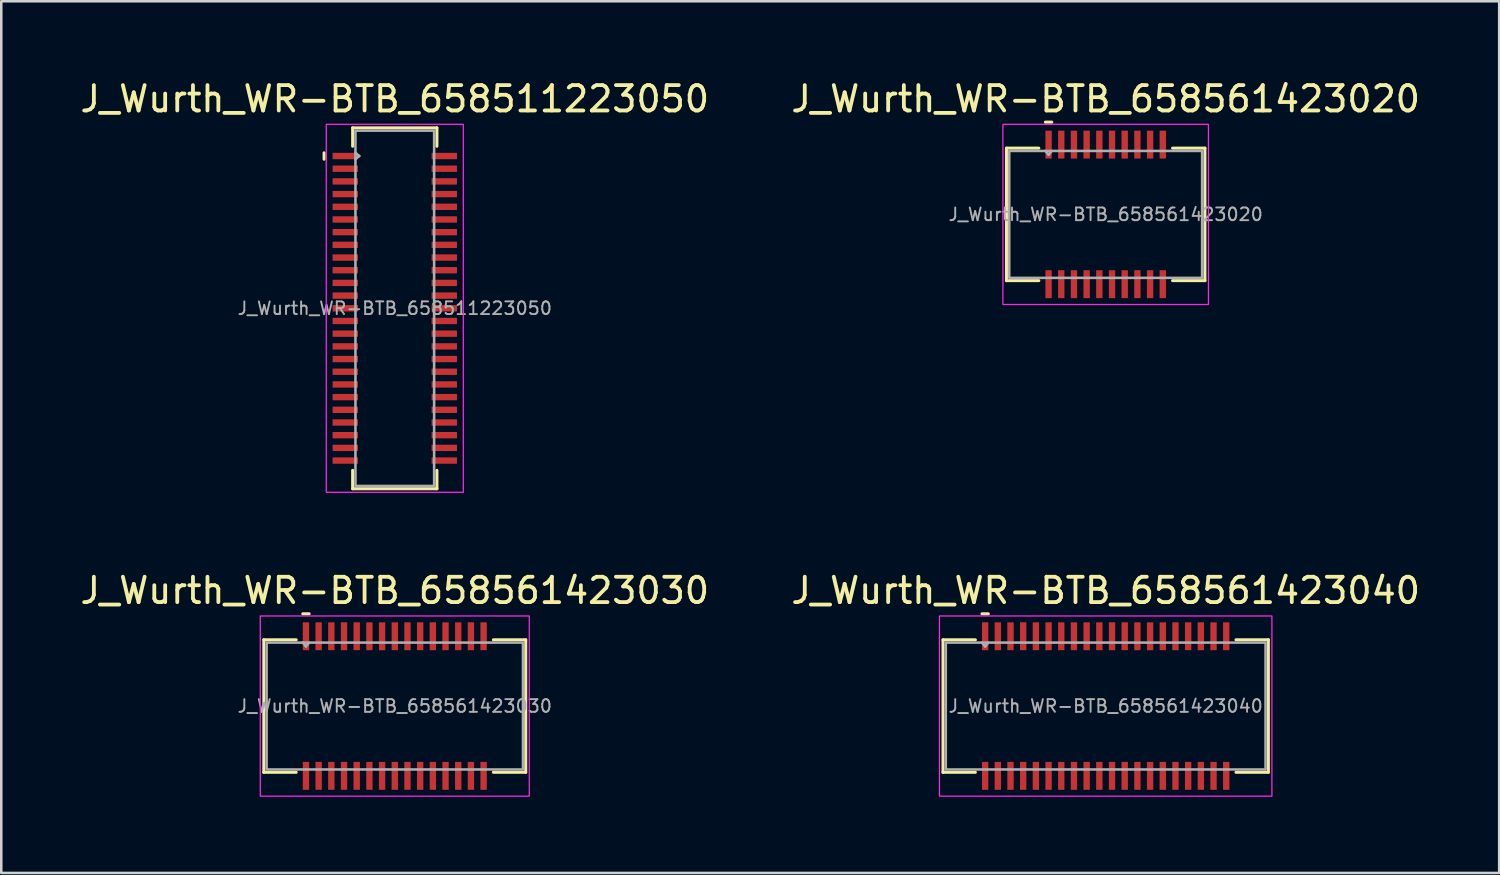
<source format=kicad_pcb>
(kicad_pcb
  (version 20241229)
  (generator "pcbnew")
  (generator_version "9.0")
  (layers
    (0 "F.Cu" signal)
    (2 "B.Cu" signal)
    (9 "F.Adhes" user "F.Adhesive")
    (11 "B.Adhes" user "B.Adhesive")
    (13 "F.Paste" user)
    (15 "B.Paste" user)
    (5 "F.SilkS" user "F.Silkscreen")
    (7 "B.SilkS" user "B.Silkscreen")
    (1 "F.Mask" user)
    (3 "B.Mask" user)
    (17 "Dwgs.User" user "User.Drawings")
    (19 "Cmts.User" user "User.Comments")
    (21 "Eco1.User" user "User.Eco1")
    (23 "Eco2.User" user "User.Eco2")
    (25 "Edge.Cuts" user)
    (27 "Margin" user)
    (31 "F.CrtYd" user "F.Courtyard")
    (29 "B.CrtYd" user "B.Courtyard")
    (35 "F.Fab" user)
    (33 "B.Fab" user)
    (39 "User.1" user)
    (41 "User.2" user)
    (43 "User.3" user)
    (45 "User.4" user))
  (footprint "J_Wurth_WR-BTB_658511223050"
    (layer "F.Cu")
    (at 12.506 9.098)
    (property "Reference" "J_Wurth_WR-BTB_658511223050" (at 0 -8.25 0) (unlocked yes) (layer "F.SilkS") (effects (font (size 1 1) (thickness 0.15))))
    (attr smd)
    (fp_line (start -2.785 -6.125) (end -2.785 -5.875) (stroke (width 0.12) (type solid)) (layer "F.SilkS"))
    (fp_line (start -1.66 -7.11) (end 1.66 -7.11) (stroke (width 0.12) (type default)) (layer "F.SilkS"))
    (fp_line (start -1.66 -6.385) (end -1.66 -7.11) (stroke (width 0.12) (type default)) (layer "F.SilkS"))
    (fp_line (start -1.66 7.11) (end -1.66 6.385) (stroke (width 0.12) (type default)) (layer "F.SilkS"))
    (fp_line (start 1.66 -7.11) (end 1.66 -6.385) (stroke (width 0.12) (type default)) (layer "F.SilkS"))
    (fp_line (start 1.66 7.11) (end -1.66 7.11) (stroke (width 0.12) (type default)) (layer "F.SilkS"))
    (fp_line (start 1.66 7.11) (end 1.66 6.385) (stroke (width 0.12) (type default)) (layer "F.SilkS"))
    (fp_rect (start -2.7 -7.25) (end 2.7 7.25) (stroke (width 0.05) (type solid)) (fill no) (layer "F.CrtYd"))
    (fp_line (start -1.55 -6.125) (end -1.4 -6) (stroke (width 0.1) (type solid)) (layer "F.Fab"))
    (fp_line (start -1.55 -5.875) (end -1.4 -6) (stroke (width 0.1) (type solid)) (layer "F.Fab"))
    (fp_rect (start -1.55 -7) (end 1.55 7) (stroke (width 0.1) (type solid)) (fill no) (layer "F.Fab"))
    (fp_text user "${REFERENCE}" (at 0 0 0) (unlocked yes) (layer "F.Fab") (effects (font (size 0.5 0.5) (thickness 0.075))))
    (pad "1" smd rect (at -1.95 -6) (size 1 0.25) (layers "F.Cu" "F.Mask" "F.Paste"))
    (pad "2" smd rect (at -1.95 -5.5) (size 1 0.25) (layers "F.Cu" "F.Mask" "F.Paste"))
    (pad "3" smd rect (at -1.95 -5) (size 1 0.25) (layers "F.Cu" "F.Mask" "F.Paste"))
    (pad "4" smd rect (at -1.95 -4.5) (size 1 0.25) (layers "F.Cu" "F.Mask" "F.Paste"))
    (pad "5" smd rect (at -1.95 -4) (size 1 0.25) (layers "F.Cu" "F.Mask" "F.Paste"))
    (pad "6" smd rect (at -1.95 -3.5) (size 1 0.25) (layers "F.Cu" "F.Mask" "F.Paste"))
    (pad "7" smd rect (at -1.95 -3) (size 1 0.25) (layers "F.Cu" "F.Mask" "F.Paste"))
    (pad "8" smd rect (at -1.95 -2.5) (size 1 0.25) (layers "F.Cu" "F.Mask" "F.Paste"))
    (pad "9" smd rect (at -1.95 -2) (size 1 0.25) (layers "F.Cu" "F.Mask" "F.Paste"))
    (pad "10" smd rect (at -1.95 -1.5) (size 1 0.25) (layers "F.Cu" "F.Mask" "F.Paste"))
    (pad "11" smd rect (at -1.95 -1) (size 1 0.25) (layers "F.Cu" "F.Mask" "F.Paste"))
    (pad "12" smd rect (at -1.95 -0.5) (size 1 0.25) (layers "F.Cu" "F.Mask" "F.Paste"))
    (pad "13" smd rect (at -1.95 0) (size 1 0.25) (layers "F.Cu" "F.Mask" "F.Paste"))
    (pad "14" smd rect (at -1.95 0.5) (size 1 0.25) (layers "F.Cu" "F.Mask" "F.Paste"))
    (pad "15" smd rect (at -1.95 1) (size 1 0.25) (layers "F.Cu" "F.Mask" "F.Paste"))
    (pad "16" smd rect (at -1.95 1.5) (size 1 0.25) (layers "F.Cu" "F.Mask" "F.Paste"))
    (pad "17" smd rect (at -1.95 2) (size 1 0.25) (layers "F.Cu" "F.Mask" "F.Paste"))
    (pad "18" smd rect (at -1.95 2.5) (size 1 0.25) (layers "F.Cu" "F.Mask" "F.Paste"))
    (pad "19" smd rect (at -1.95 3) (size 1 0.25) (layers "F.Cu" "F.Mask" "F.Paste"))
    (pad "20" smd rect (at -1.95 3.5) (size 1 0.25) (layers "F.Cu" "F.Mask" "F.Paste"))
    (pad "21" smd rect (at -1.95 4) (size 1 0.25) (layers "F.Cu" "F.Mask" "F.Paste"))
    (pad "22" smd rect (at -1.95 4.5) (size 1 0.25) (layers "F.Cu" "F.Mask" "F.Paste"))
    (pad "23" smd rect (at -1.95 5) (size 1 0.25) (layers "F.Cu" "F.Mask" "F.Paste"))
    (pad "24" smd rect (at -1.95 5.5) (size 1 0.25) (layers "F.Cu" "F.Mask" "F.Paste"))
    (pad "25" smd rect (at -1.95 6) (size 1 0.25) (layers "F.Cu" "F.Mask" "F.Paste"))
    (pad "26" smd rect (at 1.95 -6) (size 1 0.25) (layers "F.Cu" "F.Mask" "F.Paste"))
    (pad "27" smd rect (at 1.95 -5.5) (size 1 0.25) (layers "F.Cu" "F.Mask" "F.Paste"))
    (pad "28" smd rect (at 1.95 -5) (size 1 0.25) (layers "F.Cu" "F.Mask" "F.Paste"))
    (pad "29" smd rect (at 1.95 -4.5) (size 1 0.25) (layers "F.Cu" "F.Mask" "F.Paste"))
    (pad "30" smd rect (at 1.95 -4) (size 1 0.25) (layers "F.Cu" "F.Mask" "F.Paste"))
    (pad "31" smd rect (at 1.95 -3.5) (size 1 0.25) (layers "F.Cu" "F.Mask" "F.Paste"))
    (pad "32" smd rect (at 1.95 -3) (size 1 0.25) (layers "F.Cu" "F.Mask" "F.Paste"))
    (pad "33" smd rect (at 1.95 -2.5) (size 1 0.25) (layers "F.Cu" "F.Mask" "F.Paste"))
    (pad "34" smd rect (at 1.95 -2) (size 1 0.25) (layers "F.Cu" "F.Mask" "F.Paste"))
    (pad "35" smd rect (at 1.95 -1.5) (size 1 0.25) (layers "F.Cu" "F.Mask" "F.Paste"))
    (pad "36" smd rect (at 1.95 -1) (size 1 0.25) (layers "F.Cu" "F.Mask" "F.Paste"))
    (pad "37" smd rect (at 1.95 -0.5) (size 1 0.25) (layers "F.Cu" "F.Mask" "F.Paste"))
    (pad "38" smd rect (at 1.95 0) (size 1 0.25) (layers "F.Cu" "F.Mask" "F.Paste"))
    (pad "39" smd rect (at 1.95 0.5) (size 1 0.25) (layers "F.Cu" "F.Mask" "F.Paste"))
    (pad "40" smd rect (at 1.95 1) (size 1 0.25) (layers "F.Cu" "F.Mask" "F.Paste"))
    (pad "41" smd rect (at 1.95 1.5) (size 1 0.25) (layers "F.Cu" "F.Mask" "F.Paste"))
    (pad "42" smd rect (at 1.95 2) (size 1 0.25) (layers "F.Cu" "F.Mask" "F.Paste"))
    (pad "43" smd rect (at 1.95 2.5) (size 1 0.25) (layers "F.Cu" "F.Mask" "F.Paste"))
    (pad "44" smd rect (at 1.95 3) (size 1 0.25) (layers "F.Cu" "F.Mask" "F.Paste"))
    (pad "45" smd rect (at 1.95 3.5) (size 1 0.25) (layers "F.Cu" "F.Mask" "F.Paste"))
    (pad "46" smd rect (at 1.95 4) (size 1 0.25) (layers "F.Cu" "F.Mask" "F.Paste"))
    (pad "47" smd rect (at 1.95 4.5) (size 1 0.25) (layers "F.Cu" "F.Mask" "F.Paste"))
    (pad "48" smd rect (at 1.95 5) (size 1 0.25) (layers "F.Cu" "F.Mask" "F.Paste"))
    (pad "49" smd rect (at 1.95 5.5) (size 1 0.25) (layers "F.Cu" "F.Mask" "F.Paste"))
    (pad "50" smd rect (at 1.95 6) (size 1 0.25) (layers "F.Cu" "F.Mask" "F.Paste")))
  (footprint "J_Wurth_WR-BTB_658561423020"
    (layer "F.Cu")
    (at 40.518 5.398)
    (property "Reference" "J_Wurth_WR-BTB_658561423020" (at 0 -4.55 0) (unlocked yes) (layer "F.SilkS") (effects (font (size 1 1) (thickness 0.15))))
    (attr smd)
    (fp_line (start -3.91 -2.61) (end -2.635 -2.61) (stroke (width 0.12) (type default)) (layer "F.SilkS"))
    (fp_line (start -3.91 2.61) (end -3.91 -2.61) (stroke (width 0.12) (type default)) (layer "F.SilkS"))
    (fp_line (start -2.635 2.61) (end -3.91 2.61) (stroke (width 0.12) (type default)) (layer "F.SilkS"))
    (fp_line (start -2.375 -3.635) (end -2.125 -3.635) (stroke (width 0.12) (type solid)) (layer "F.SilkS"))
    (fp_line (start 3.91 -2.61) (end 2.635 -2.61) (stroke (width 0.12) (type default)) (layer "F.SilkS"))
    (fp_line (start 3.91 -2.61) (end 3.91 2.61) (stroke (width 0.12) (type default)) (layer "F.SilkS"))
    (fp_line (start 3.91 2.61) (end 2.635 2.61) (stroke (width 0.12) (type default)) (layer "F.SilkS"))
    (fp_rect (start -4.05 -3.55) (end 4.05 3.55) (stroke (width 0.05) (type solid)) (fill no) (layer "F.CrtYd"))
    (fp_line (start -2.375 -2.5) (end -2.25 -2.35) (stroke (width 0.1) (type solid)) (layer "F.Fab"))
    (fp_line (start -2.125 -2.5) (end -2.25 -2.35) (stroke (width 0.1) (type solid)) (layer "F.Fab"))
    (fp_rect (start -3.8 -2.5) (end 3.8 2.5) (stroke (width 0.1) (type solid)) (fill no) (layer "F.Fab"))
    (fp_text user "${REFERENCE}" (at 0 0 0) (unlocked yes) (layer "F.Fab") (effects (font (size 0.5 0.5) (thickness 0.075))))
    (pad "1" smd rect (at -2.25 -2.75) (size 0.25 1.1) (layers "F.Cu" "F.Mask" "F.Paste"))
    (pad "2" smd rect (at -1.75 -2.75) (size 0.25 1.1) (layers "F.Cu" "F.Mask" "F.Paste"))
    (pad "3" smd rect (at -1.25 -2.75) (size 0.25 1.1) (layers "F.Cu" "F.Mask" "F.Paste"))
    (pad "4" smd rect (at -0.75 -2.75) (size 0.25 1.1) (layers "F.Cu" "F.Mask" "F.Paste"))
    (pad "5" smd rect (at -0.25 -2.75) (size 0.25 1.1) (layers "F.Cu" "F.Mask" "F.Paste"))
    (pad "6" smd rect (at 0.25 -2.75) (size 0.25 1.1) (layers "F.Cu" "F.Mask" "F.Paste"))
    (pad "7" smd rect (at 0.75 -2.75) (size 0.25 1.1) (layers "F.Cu" "F.Mask" "F.Paste"))
    (pad "8" smd rect (at 1.25 -2.75) (size 0.25 1.1) (layers "F.Cu" "F.Mask" "F.Paste"))
    (pad "9" smd rect (at 1.75 -2.75) (size 0.25 1.1) (layers "F.Cu" "F.Mask" "F.Paste"))
    (pad "10" smd rect (at 2.25 -2.75) (size 0.25 1.1) (layers "F.Cu" "F.Mask" "F.Paste"))
    (pad "11" smd rect (at -2.25 2.75) (size 0.25 1.1) (layers "F.Cu" "F.Mask" "F.Paste"))
    (pad "12" smd rect (at -1.75 2.75) (size 0.25 1.1) (layers "F.Cu" "F.Mask" "F.Paste"))
    (pad "13" smd rect (at -1.25 2.75) (size 0.25 1.1) (layers "F.Cu" "F.Mask" "F.Paste"))
    (pad "14" smd rect (at -0.75 2.75) (size 0.25 1.1) (layers "F.Cu" "F.Mask" "F.Paste"))
    (pad "15" smd rect (at -0.25 2.75) (size 0.25 1.1) (layers "F.Cu" "F.Mask" "F.Paste"))
    (pad "16" smd rect (at 0.25 2.75) (size 0.25 1.1) (layers "F.Cu" "F.Mask" "F.Paste"))
    (pad "17" smd rect (at 0.75 2.75) (size 0.25 1.1) (layers "F.Cu" "F.Mask" "F.Paste"))
    (pad "18" smd rect (at 1.25 2.75) (size 0.25 1.1) (layers "F.Cu" "F.Mask" "F.Paste"))
    (pad "19" smd rect (at 1.75 2.75) (size 0.25 1.1) (layers "F.Cu" "F.Mask" "F.Paste"))
    (pad "20" smd rect (at 2.25 2.75) (size 0.25 1.1) (layers "F.Cu" "F.Mask" "F.Paste")))
  (footprint "J_Wurth_WR-BTB_658561423040"
    (layer "F.Cu")
    (at 40.518 24.771)
    (property "Reference" "J_Wurth_WR-BTB_658561423040" (at 0 -4.55 0) (unlocked yes) (layer "F.SilkS") (effects (font (size 1 1) (thickness 0.15))))
    (attr smd)
    (fp_line (start -6.41 -2.61) (end -5.135 -2.61) (stroke (width 0.12) (type default)) (layer "F.SilkS"))
    (fp_line (start -6.41 2.61) (end -6.41 -2.61) (stroke (width 0.12) (type default)) (layer "F.SilkS"))
    (fp_line (start -5.135 2.61) (end -6.41 2.61) (stroke (width 0.12) (type default)) (layer "F.SilkS"))
    (fp_line (start -4.875 -3.635) (end -4.625 -3.635) (stroke (width 0.12) (type solid)) (layer "F.SilkS"))
    (fp_line (start 6.41 -2.61) (end 5.135 -2.61) (stroke (width 0.12) (type default)) (layer "F.SilkS"))
    (fp_line (start 6.41 -2.61) (end 6.41 2.61) (stroke (width 0.12) (type default)) (layer "F.SilkS"))
    (fp_line (start 6.41 2.61) (end 5.135 2.61) (stroke (width 0.12) (type default)) (layer "F.SilkS"))
    (fp_rect (start -6.55 -3.55) (end 6.55 3.55) (stroke (width 0.05) (type solid)) (fill no) (layer "F.CrtYd"))
    (fp_line (start -4.875 -2.5) (end -4.75 -2.35) (stroke (width 0.1) (type solid)) (layer "F.Fab"))
    (fp_line (start -4.625 -2.5) (end -4.75 -2.35) (stroke (width 0.1) (type solid)) (layer "F.Fab"))
    (fp_rect (start -6.3 -2.5) (end 6.3 2.5) (stroke (width 0.1) (type solid)) (fill no) (layer "F.Fab"))
    (fp_text user "${REFERENCE}" (at 0 0 0) (unlocked yes) (layer "F.Fab") (effects (font (size 0.5 0.5) (thickness 0.075))))
    (pad "1" smd rect (at -4.75 -2.75) (size 0.25 1.1) (layers "F.Cu" "F.Mask" "F.Paste"))
    (pad "2" smd rect (at -4.25 -2.75) (size 0.25 1.1) (layers "F.Cu" "F.Mask" "F.Paste"))
    (pad "3" smd rect (at -3.75 -2.75) (size 0.25 1.1) (layers "F.Cu" "F.Mask" "F.Paste"))
    (pad "4" smd rect (at -3.25 -2.75) (size 0.25 1.1) (layers "F.Cu" "F.Mask" "F.Paste"))
    (pad "5" smd rect (at -2.75 -2.75) (size 0.25 1.1) (layers "F.Cu" "F.Mask" "F.Paste"))
    (pad "6" smd rect (at -2.25 -2.75) (size 0.25 1.1) (layers "F.Cu" "F.Mask" "F.Paste"))
    (pad "7" smd rect (at -1.75 -2.75) (size 0.25 1.1) (layers "F.Cu" "F.Mask" "F.Paste"))
    (pad "8" smd rect (at -1.25 -2.75) (size 0.25 1.1) (layers "F.Cu" "F.Mask" "F.Paste"))
    (pad "9" smd rect (at -0.75 -2.75) (size 0.25 1.1) (layers "F.Cu" "F.Mask" "F.Paste"))
    (pad "10" smd rect (at -0.25 -2.75) (size 0.25 1.1) (layers "F.Cu" "F.Mask" "F.Paste"))
    (pad "11" smd rect (at 0.25 -2.75) (size 0.25 1.1) (layers "F.Cu" "F.Mask" "F.Paste"))
    (pad "12" smd rect (at 0.75 -2.75) (size 0.25 1.1) (layers "F.Cu" "F.Mask" "F.Paste"))
    (pad "13" smd rect (at 1.25 -2.75) (size 0.25 1.1) (layers "F.Cu" "F.Mask" "F.Paste"))
    (pad "14" smd rect (at 1.75 -2.75) (size 0.25 1.1) (layers "F.Cu" "F.Mask" "F.Paste"))
    (pad "15" smd rect (at 2.25 -2.75) (size 0.25 1.1) (layers "F.Cu" "F.Mask" "F.Paste"))
    (pad "16" smd rect (at 2.75 -2.75) (size 0.25 1.1) (layers "F.Cu" "F.Mask" "F.Paste"))
    (pad "17" smd rect (at 3.25 -2.75) (size 0.25 1.1) (layers "F.Cu" "F.Mask" "F.Paste"))
    (pad "18" smd rect (at 3.75 -2.75) (size 0.25 1.1) (layers "F.Cu" "F.Mask" "F.Paste"))
    (pad "19" smd rect (at 4.25 -2.75) (size 0.25 1.1) (layers "F.Cu" "F.Mask" "F.Paste"))
    (pad "20" smd rect (at 4.75 -2.75) (size 0.25 1.1) (layers "F.Cu" "F.Mask" "F.Paste"))
    (pad "21" smd rect (at -4.75 2.75) (size 0.25 1.1) (layers "F.Cu" "F.Mask" "F.Paste"))
    (pad "22" smd rect (at -4.25 2.75) (size 0.25 1.1) (layers "F.Cu" "F.Mask" "F.Paste"))
    (pad "23" smd rect (at -3.75 2.75) (size 0.25 1.1) (layers "F.Cu" "F.Mask" "F.Paste"))
    (pad "24" smd rect (at -3.25 2.75) (size 0.25 1.1) (layers "F.Cu" "F.Mask" "F.Paste"))
    (pad "25" smd rect (at -2.75 2.75) (size 0.25 1.1) (layers "F.Cu" "F.Mask" "F.Paste"))
    (pad "26" smd rect (at -2.25 2.75) (size 0.25 1.1) (layers "F.Cu" "F.Mask" "F.Paste"))
    (pad "27" smd rect (at -1.75 2.75) (size 0.25 1.1) (layers "F.Cu" "F.Mask" "F.Paste"))
    (pad "28" smd rect (at -1.25 2.75) (size 0.25 1.1) (layers "F.Cu" "F.Mask" "F.Paste"))
    (pad "29" smd rect (at -0.75 2.75) (size 0.25 1.1) (layers "F.Cu" "F.Mask" "F.Paste"))
    (pad "30" smd rect (at -0.25 2.75) (size 0.25 1.1) (layers "F.Cu" "F.Mask" "F.Paste"))
    (pad "31" smd rect (at 0.25 2.75) (size 0.25 1.1) (layers "F.Cu" "F.Mask" "F.Paste"))
    (pad "32" smd rect (at 0.75 2.75) (size 0.25 1.1) (layers "F.Cu" "F.Mask" "F.Paste"))
    (pad "33" smd rect (at 1.25 2.75) (size 0.25 1.1) (layers "F.Cu" "F.Mask" "F.Paste"))
    (pad "34" smd rect (at 1.75 2.75) (size 0.25 1.1) (layers "F.Cu" "F.Mask" "F.Paste"))
    (pad "35" smd rect (at 2.25 2.75) (size 0.25 1.1) (layers "F.Cu" "F.Mask" "F.Paste"))
    (pad "36" smd rect (at 2.75 2.75) (size 0.25 1.1) (layers "F.Cu" "F.Mask" "F.Paste"))
    (pad "37" smd rect (at 3.25 2.75) (size 0.25 1.1) (layers "F.Cu" "F.Mask" "F.Paste"))
    (pad "38" smd rect (at 3.75 2.75) (size 0.25 1.1) (layers "F.Cu" "F.Mask" "F.Paste"))
    (pad "39" smd rect (at 4.25 2.75) (size 0.25 1.1) (layers "F.Cu" "F.Mask" "F.Paste"))
    (pad "40" smd rect (at 4.75 2.75) (size 0.25 1.1) (layers "F.Cu" "F.Mask" "F.Paste")))
  (footprint "J_Wurth_WR-BTB_658561423030"
    (layer "F.Cu")
    (at 12.506 24.771)
    (property "Reference" "J_Wurth_WR-BTB_658561423030" (at 0 -4.55 0) (unlocked yes) (layer "F.SilkS") (effects (font (size 1 1) (thickness 0.15))))
    (attr smd)
    (fp_line (start -5.16 -2.61) (end -3.885 -2.61) (stroke (width 0.12) (type default)) (layer "F.SilkS"))
    (fp_line (start -5.16 2.61) (end -5.16 -2.61) (stroke (width 0.12) (type default)) (layer "F.SilkS"))
    (fp_line (start -3.885 2.61) (end -5.16 2.61) (stroke (width 0.12) (type default)) (layer "F.SilkS"))
    (fp_line (start -3.625 -3.635) (end -3.375 -3.635) (stroke (width 0.12) (type solid)) (layer "F.SilkS"))
    (fp_line (start 5.16 -2.61) (end 3.885 -2.61) (stroke (width 0.12) (type default)) (layer "F.SilkS"))
    (fp_line (start 5.16 -2.61) (end 5.16 2.61) (stroke (width 0.12) (type default)) (layer "F.SilkS"))
    (fp_line (start 5.16 2.61) (end 3.885 2.61) (stroke (width 0.12) (type default)) (layer "F.SilkS"))
    (fp_rect (start -5.3 -3.55) (end 5.3 3.55) (stroke (width 0.05) (type solid)) (fill no) (layer "F.CrtYd"))
    (fp_line (start -3.625 -2.5) (end -3.5 -2.35) (stroke (width 0.1) (type solid)) (layer "F.Fab"))
    (fp_line (start -3.375 -2.5) (end -3.5 -2.35) (stroke (width 0.1) (type solid)) (layer "F.Fab"))
    (fp_rect (start -5.05 -2.5) (end 5.05 2.5) (stroke (width 0.1) (type solid)) (fill no) (layer "F.Fab"))
    (fp_text user "${REFERENCE}" (at 0 0 0) (unlocked yes) (layer "F.Fab") (effects (font (size 0.5 0.5) (thickness 0.075))))
    (pad "1" smd rect (at -3.5 -2.75) (size 0.25 1.1) (layers "F.Cu" "F.Mask" "F.Paste"))
    (pad "2" smd rect (at -3 -2.75) (size 0.25 1.1) (layers "F.Cu" "F.Mask" "F.Paste"))
    (pad "3" smd rect (at -2.5 -2.75) (size 0.25 1.1) (layers "F.Cu" "F.Mask" "F.Paste"))
    (pad "4" smd rect (at -2 -2.75) (size 0.25 1.1) (layers "F.Cu" "F.Mask" "F.Paste"))
    (pad "5" smd rect (at -1.5 -2.75) (size 0.25 1.1) (layers "F.Cu" "F.Mask" "F.Paste"))
    (pad "6" smd rect (at -1 -2.75) (size 0.25 1.1) (layers "F.Cu" "F.Mask" "F.Paste"))
    (pad "7" smd rect (at -0.5 -2.75) (size 0.25 1.1) (layers "F.Cu" "F.Mask" "F.Paste"))
    (pad "8" smd rect (at 0 -2.75) (size 0.25 1.1) (layers "F.Cu" "F.Mask" "F.Paste"))
    (pad "9" smd rect (at 0.5 -2.75) (size 0.25 1.1) (layers "F.Cu" "F.Mask" "F.Paste"))
    (pad "10" smd rect (at 1 -2.75) (size 0.25 1.1) (layers "F.Cu" "F.Mask" "F.Paste"))
    (pad "11" smd rect (at 1.5 -2.75) (size 0.25 1.1) (layers "F.Cu" "F.Mask" "F.Paste"))
    (pad "12" smd rect (at 2 -2.75) (size 0.25 1.1) (layers "F.Cu" "F.Mask" "F.Paste"))
    (pad "13" smd rect (at 2.5 -2.75) (size 0.25 1.1) (layers "F.Cu" "F.Mask" "F.Paste"))
    (pad "14" smd rect (at 3 -2.75) (size 0.25 1.1) (layers "F.Cu" "F.Mask" "F.Paste"))
    (pad "15" smd rect (at 3.5 -2.75) (size 0.25 1.1) (layers "F.Cu" "F.Mask" "F.Paste"))
    (pad "16" smd rect (at -3.5 2.75) (size 0.25 1.1) (layers "F.Cu" "F.Mask" "F.Paste"))
    (pad "17" smd rect (at -3 2.75) (size 0.25 1.1) (layers "F.Cu" "F.Mask" "F.Paste"))
    (pad "18" smd rect (at -2.5 2.75) (size 0.25 1.1) (layers "F.Cu" "F.Mask" "F.Paste"))
    (pad "19" smd rect (at -2 2.75) (size 0.25 1.1) (layers "F.Cu" "F.Mask" "F.Paste"))
    (pad "20" smd rect (at -1.5 2.75) (size 0.25 1.1) (layers "F.Cu" "F.Mask" "F.Paste"))
    (pad "21" smd rect (at -1 2.75) (size 0.25 1.1) (layers "F.Cu" "F.Mask" "F.Paste"))
    (pad "22" smd rect (at -0.5 2.75) (size 0.25 1.1) (layers "F.Cu" "F.Mask" "F.Paste"))
    (pad "23" smd rect (at 0 2.75) (size 0.25 1.1) (layers "F.Cu" "F.Mask" "F.Paste"))
    (pad "24" smd rect (at 0.5 2.75) (size 0.25 1.1) (layers "F.Cu" "F.Mask" "F.Paste"))
    (pad "25" smd rect (at 1 2.75) (size 0.25 1.1) (layers "F.Cu" "F.Mask" "F.Paste"))
    (pad "26" smd rect (at 1.5 2.75) (size 0.25 1.1) (layers "F.Cu" "F.Mask" "F.Paste"))
    (pad "27" smd rect (at 2 2.75) (size 0.25 1.1) (layers "F.Cu" "F.Mask" "F.Paste"))
    (pad "28" smd rect (at 2.5 2.75) (size 0.25 1.1) (layers "F.Cu" "F.Mask" "F.Paste"))
    (pad "29" smd rect (at 3 2.75) (size 0.25 1.1) (layers "F.Cu" "F.Mask" "F.Paste"))
    (pad "30" smd rect (at 3.5 2.75) (size 0.25 1.1) (layers "F.Cu" "F.Mask" "F.Paste")))
  (gr_rect
    (start -3 -3)
    (end 56.024 31.346)
    (stroke (width 0.1) (type default))
    (fill no)
    (layer "Edge.Cuts")))
</source>
